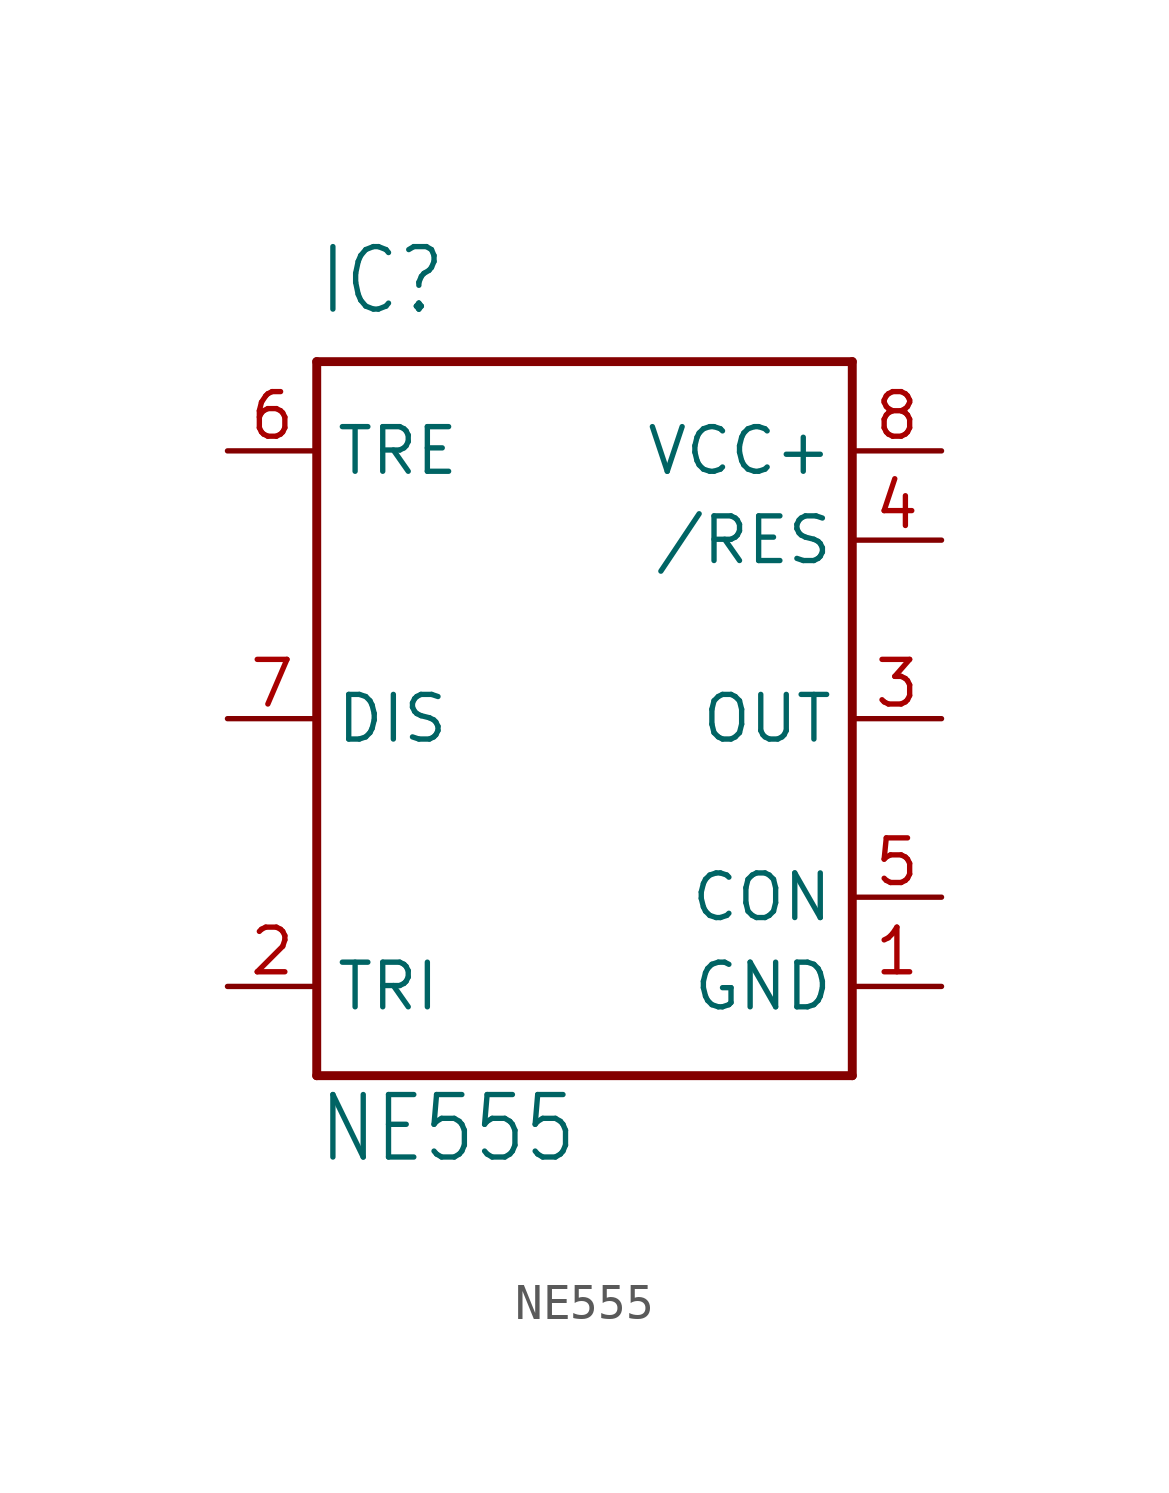
<source format=kicad_sym>
(kicad_symbol_lib
  (version 20220914)
  (generator kicad_symbol_editor)
  (symbol "NE555"
    (property "Reference" "IC"
      (at -7.62 11.43 0)
      (effects (font (size 1.778 1.511)) (justify left bottom)))
    (property "Value" "NE555"
      (at -7.62 -12.7 0)
      (effects (font (size 1.778 1.511)) (justify left bottom)))
    (property "ki_locked" ""
      (at 0 0 0)
      (effects (font (size 1.27 1.27))))
    (symbol "NE555_1_0"
      (polyline (pts (xy -7.62 -10.16) (xy 7.62 -10.16)) (stroke (width 0.254) (type default)) (fill (type none)))
      (polyline (pts (xy -7.62 10.16) (xy -7.62 -10.16)) (stroke (width 0.254) (type default)) (fill (type none)))
      (polyline (pts (xy 7.62 -10.16) (xy 7.62 10.16)) (stroke (width 0.254) (type default)) (fill (type none)))
      (polyline (pts (xy 7.62 10.16) (xy -7.62 10.16)) (stroke (width 0.254) (type default)) (fill (type none)))
      (pin power_in line (at 10.16 -7.62 180) (length 2.54) (name "GND" (effects (font (size 1.27 1.27)))) (number "1" (effects (font (size 1.27 1.27)))))
      (pin input line (at -10.16 -7.62 0) (length 2.54) (name "TRI" (effects (font (size 1.27 1.27)))) (number "2" (effects (font (size 1.27 1.27)))))
      (pin output line (at 10.16 0 180) (length 2.54) (name "OUT" (effects (font (size 1.27 1.27)))) (number "3" (effects (font (size 1.27 1.27)))))
      (pin input line (at 10.16 5.08 180) (length 2.54) (name "/RES" (effects (font (size 1.27 1.27)))) (number "4" (effects (font (size 1.27 1.27)))))
      (pin input line (at 10.16 -5.08 180) (length 2.54) (name "CON" (effects (font (size 1.27 1.27)))) (number "5" (effects (font (size 1.27 1.27)))))
      (pin input line (at -10.16 7.62 0) (length 2.54) (name "TRE" (effects (font (size 1.27 1.27)))) (number "6" (effects (font (size 1.27 1.27)))))
      (pin input line (at -10.16 0 0) (length 2.54) (name "DIS" (effects (font (size 1.27 1.27)))) (number "7" (effects (font (size 1.27 1.27)))))
      (pin power_in line (at 10.16 7.62 180) (length 2.54) (name "VCC+" (effects (font (size 1.27 1.27)))) (number "8" (effects (font (size 1.27 1.27))))))))
</source>
